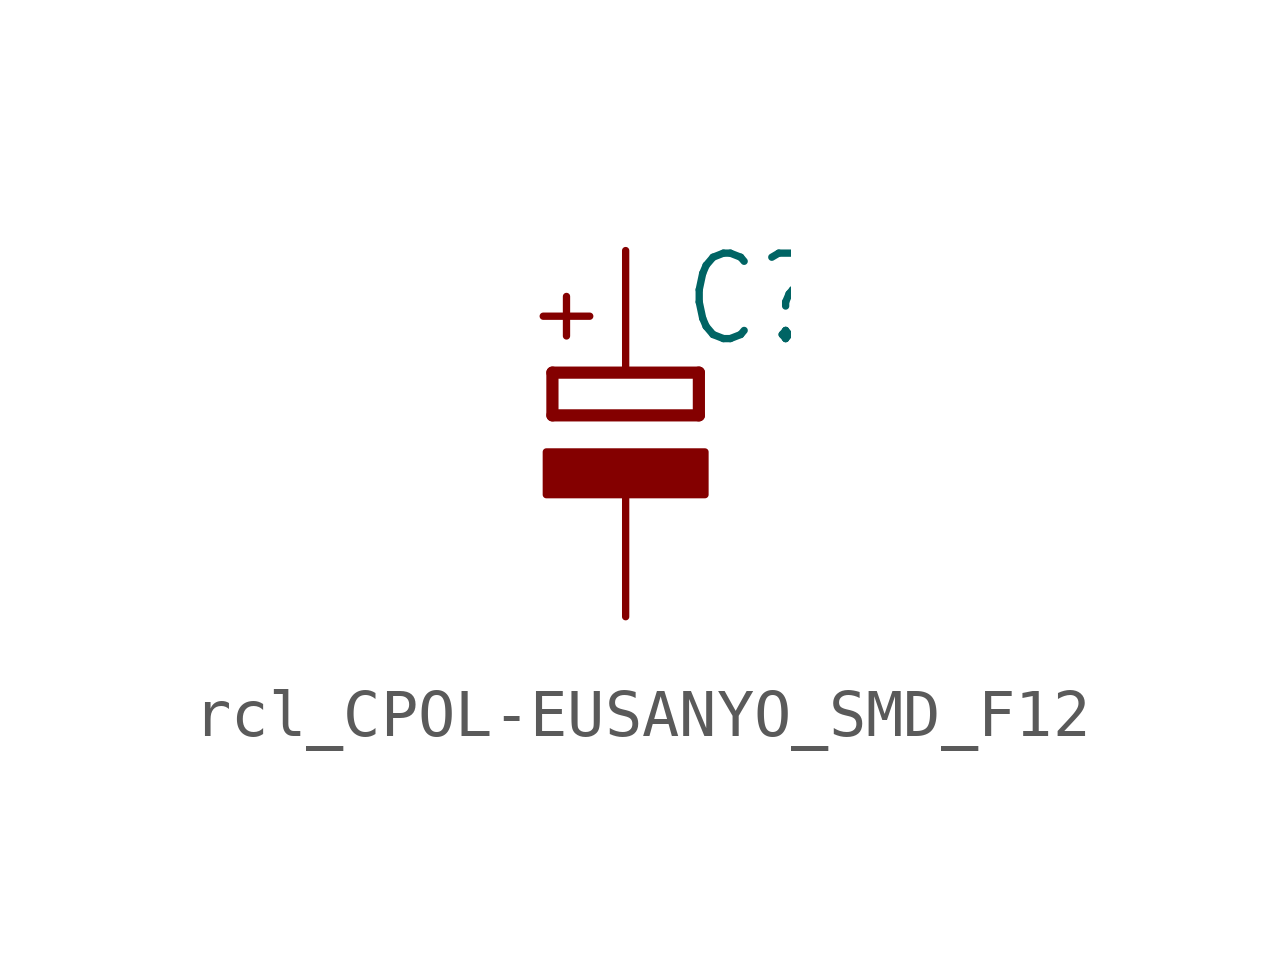
<source format=kicad_sym>
(kicad_symbol_lib
  (version 20241209)
  (generator "kicad_symbol_editor")
  (generator_version "9.0")
  (symbol "rcl_CPOL-EUSANYO_SMD_F12"
    (property "Reference" "C"
      (at 1.143 0.483 0)
      (effects (font (size 1.778 1.511)) (justify left bottom)))
    (property "Value" ""
      (at 1.143 -4.597 0)
      (effects (font (size 1.778 1.511)) (justify left bottom)))
    (property "ki_locked" ""
      (at 0 0 0)
      (effects (font (size 1.27 1.27))))
    (symbol "rcl_CPOL-EUSANYO_SMD_F12_1_0"
      (rectangle (start -1.651 -2.54) (end 1.651 -1.651) (stroke (width 0) (type default)) (fill (type outline)))
      (polyline (pts (xy -1.524 0) (xy -1.524 -0.889)) (stroke (width 0.254) (type solid)) (fill (type none)))
      (polyline (pts (xy -1.524 0) (xy 1.524 0)) (stroke (width 0.254) (type solid)) (fill (type none)))
      (polyline (pts (xy -1.524 -0.889) (xy 1.524 -0.889)) (stroke (width 0.254) (type solid)) (fill (type none)))
      (polyline (pts (xy 1.524 -0.889) (xy 1.524 0)) (stroke (width 0.254) (type solid)) (fill (type none)))
      (text "+" (at -0.584 0.406 900) (effects (font (size 1.27 1.079)) (justify left bottom)))
      (pin passive line (at 0 2.54 270) (length 2.54) (name "+" (effects (font (size 0 0)))) (number "+" (effects (font (size 0 0)))))
      (pin passive line (at 0 -5.08 90) (length 2.54) (name "-" (effects (font (size 0 0)))) (number "-" (effects (font (size 0 0))))))))
</source>
